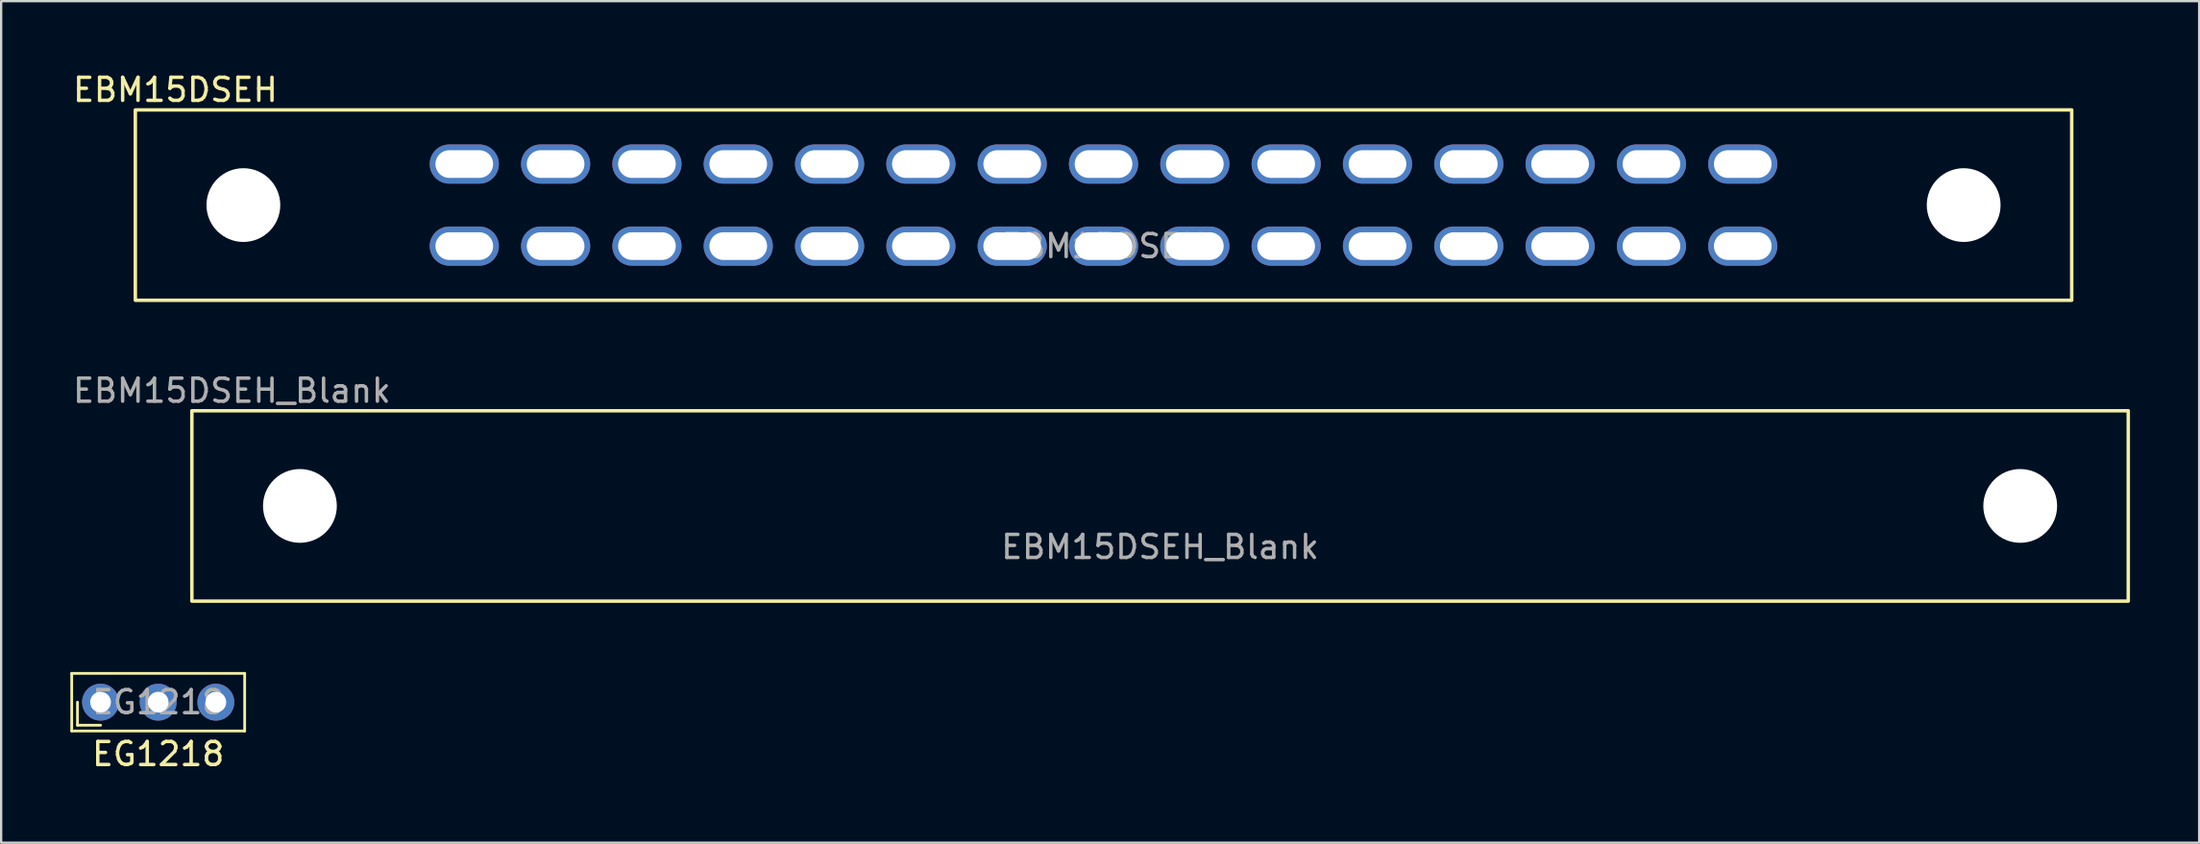
<source format=kicad_pcb>
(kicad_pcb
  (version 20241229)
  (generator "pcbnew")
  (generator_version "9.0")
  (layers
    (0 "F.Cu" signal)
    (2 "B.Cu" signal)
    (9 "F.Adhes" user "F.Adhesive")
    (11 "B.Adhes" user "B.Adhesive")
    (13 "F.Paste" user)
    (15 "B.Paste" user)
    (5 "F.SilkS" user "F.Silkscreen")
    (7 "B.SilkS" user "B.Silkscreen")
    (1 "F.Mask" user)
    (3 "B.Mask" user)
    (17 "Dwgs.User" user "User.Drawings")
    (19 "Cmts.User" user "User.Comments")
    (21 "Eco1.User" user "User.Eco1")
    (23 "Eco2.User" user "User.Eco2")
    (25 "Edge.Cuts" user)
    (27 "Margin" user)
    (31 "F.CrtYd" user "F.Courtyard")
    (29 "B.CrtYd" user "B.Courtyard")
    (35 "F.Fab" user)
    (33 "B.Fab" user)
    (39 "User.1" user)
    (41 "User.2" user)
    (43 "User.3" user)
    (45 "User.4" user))
  (footprint "EBM15DSEH"
    (layer "F.Cu")
    (at 44.804 5.848)
    (property "Reference" "EBM15DSEH" (at -40.25 -5 0) (unlocked yes) (layer "F.SilkS") (effects (font (size 1 1) (thickness 0.15))))
    (attr through_hole)
    (fp_rect (start -41.985 -4.13) (end 41.985 4.13) (stroke (width 0.15) (type solid)) (fill no) (layer "F.SilkS"))
    (fp_text user "${REFERENCE}" (at 0 1.78 0) (unlocked yes) (layer "F.Fab") (effects (font (size 1 1) (thickness 0.15))))
    (pad "" np_thru_hole circle (at -37.3 0) (size 3.2 3.2) (drill 3.2) (layers "*.Cu" "*.Mask"))
    (pad "" np_thru_hole circle (at 37.3 0) (size 3.2 3.2) (drill 3.2) (layers "*.Cu" "*.Mask"))
    (pad "1" thru_hole oval (at -27.72 1.78) (size 3 1.7) (drill oval 2.5 1.2) (layers "*.Cu" "*.Mask"))
    (pad "2" thru_hole oval (at -27.72 -1.78) (size 3 1.7) (drill oval 2.5 1.2) (layers "*.Cu" "*.Mask"))
    (pad "3" thru_hole oval (at -23.76 1.78) (size 3 1.7) (drill oval 2.5 1.2) (layers "*.Cu" "*.Mask"))
    (pad "4" thru_hole oval (at -23.76 -1.78) (size 3 1.7) (drill oval 2.5 1.2) (layers "*.Cu" "*.Mask"))
    (pad "5" thru_hole oval (at -19.8 1.78) (size 3 1.7) (drill oval 2.5 1.2) (layers "*.Cu" "*.Mask"))
    (pad "6" thru_hole oval (at -19.8 -1.78) (size 3 1.7) (drill oval 2.5 1.2) (layers "*.Cu" "*.Mask"))
    (pad "7" thru_hole oval (at -15.84 1.78) (size 3 1.7) (drill oval 2.5 1.2) (layers "*.Cu" "*.Mask"))
    (pad "8" thru_hole oval (at -15.84 -1.78) (size 3 1.7) (drill oval 2.5 1.2) (layers "*.Cu" "*.Mask"))
    (pad "9" thru_hole oval (at -11.88 1.78) (size 3 1.7) (drill oval 2.5 1.2) (layers "*.Cu" "*.Mask"))
    (pad "10" thru_hole oval (at -11.88 -1.78) (size 3 1.7) (drill oval 2.5 1.2) (layers "*.Cu" "*.Mask"))
    (pad "11" thru_hole oval (at -7.92 1.78) (size 3 1.7) (drill oval 2.5 1.2) (layers "*.Cu" "*.Mask"))
    (pad "12" thru_hole oval (at -7.92 -1.78) (size 3 1.7) (drill oval 2.5 1.2) (layers "*.Cu" "*.Mask"))
    (pad "13" thru_hole oval (at -3.96 1.78) (size 3 1.7) (drill oval 2.5 1.2) (layers "*.Cu" "*.Mask"))
    (pad "14" thru_hole oval (at -3.96 -1.78) (size 3 1.7) (drill oval 2.5 1.2) (layers "*.Cu" "*.Mask"))
    (pad "15" thru_hole oval (at 0 1.78) (size 3 1.7) (drill oval 2.5 1.2) (layers "*.Cu" "*.Mask"))
    (pad "16" thru_hole oval (at 0 -1.78) (size 3 1.7) (drill oval 2.5 1.2) (layers "*.Cu" "*.Mask"))
    (pad "17" thru_hole oval (at 3.96 1.78) (size 3 1.7) (drill oval 2.5 1.2) (layers "*.Cu" "*.Mask"))
    (pad "18" thru_hole oval (at 3.96 -1.78) (size 3 1.7) (drill oval 2.5 1.2) (layers "*.Cu" "*.Mask"))
    (pad "19" thru_hole oval (at 7.92 1.78) (size 3 1.7) (drill oval 2.5 1.2) (layers "*.Cu" "*.Mask"))
    (pad "20" thru_hole oval (at 7.92 -1.78) (size 3 1.7) (drill oval 2.5 1.2) (layers "*.Cu" "*.Mask"))
    (pad "21" thru_hole oval (at 11.88 1.78) (size 3 1.7) (drill oval 2.5 1.2) (layers "*.Cu" "*.Mask"))
    (pad "22" thru_hole oval (at 11.88 -1.78) (size 3 1.7) (drill oval 2.5 1.2) (layers "*.Cu" "*.Mask"))
    (pad "23" thru_hole oval (at 15.84 1.78) (size 3 1.7) (drill oval 2.5 1.2) (layers "*.Cu" "*.Mask"))
    (pad "24" thru_hole oval (at 15.84 -1.78) (size 3 1.7) (drill oval 2.5 1.2) (layers "*.Cu" "*.Mask"))
    (pad "25" thru_hole oval (at 19.8 1.78) (size 3 1.7) (drill oval 2.5 1.2) (layers "*.Cu" "*.Mask"))
    (pad "26" thru_hole oval (at 19.8 -1.78) (size 3 1.7) (drill oval 2.5 1.2) (layers "*.Cu" "*.Mask"))
    (pad "27" thru_hole oval (at 23.76 1.78) (size 3 1.7) (drill oval 2.5 1.2) (layers "*.Cu" "*.Mask"))
    (pad "28" thru_hole oval (at 23.76 -1.78) (size 3 1.7) (drill oval 2.5 1.2) (layers "*.Cu" "*.Mask"))
    (pad "29" thru_hole oval (at 27.72 1.78) (size 3 1.7) (drill oval 2.5 1.2) (layers "*.Cu" "*.Mask"))
    (pad "30" thru_hole oval (at 27.72 -1.78) (size 3 1.7) (drill oval 2.5 1.2) (layers "*.Cu" "*.Mask")))
  (footprint "EBM15DSEH_Blank"
    (layer "F.Cu")
    (at 47.256 18.901)
    (property "Reference" "EBM15DSEH_Blank" (at -40.25 -5 0) (unlocked yes) (layer "F.Fab") (effects (font (size 1 1) (thickness 0.15))))
    (attr through_hole)
    (fp_rect (start -41.985 -4.13) (end 41.985 4.13) (stroke (width 0.15) (type solid)) (fill no) (layer "F.SilkS"))
    (fp_text user "${REFERENCE}" (at 0 1.78 0) (unlocked yes) (layer "F.Fab") (effects (font (size 1 1) (thickness 0.15))))
    (pad "" np_thru_hole circle (at -37.3 0) (size 3.2 3.2) (drill 3.2) (layers "*.Cu" "*.Mask"))
    (pad "" np_thru_hole circle (at 37.3 0) (size 3.2 3.2) (drill 3.2) (layers "*.Cu" "*.Mask")))
  (footprint "EG1218"
    (layer "F.Cu")
    (at 3.81 27.416)
    (property "Reference" "EG1218" (at 0 0 0) (unlocked yes) (layer "F.Fab") (effects (font (size 1 1) (thickness 0.15))))
    (attr through_hole)
    (fp_line (start -3.75 -1.25) (end -3.75 1.25) (stroke (width 0.12) (type solid)) (layer "F.SilkS"))
    (fp_line (start -3.75 1.25) (end 3.75 1.25) (stroke (width 0.12) (type solid)) (layer "F.SilkS"))
    (fp_line (start -3.5 0) (end -3.5 1) (stroke (width 0.12) (type solid)) (layer "F.SilkS"))
    (fp_line (start -3.5 1) (end -2.5 1) (stroke (width 0.12) (type solid)) (layer "F.SilkS"))
    (fp_line (start 3.75 -1.25) (end -3.75 -1.25) (stroke (width 0.12) (type solid)) (layer "F.SilkS"))
    (fp_line (start 3.75 1.25) (end 3.75 -1.25) (stroke (width 0.12) (type solid)) (layer "F.SilkS"))
    (fp_text user "${REFERENCE}" (at 0 2.25 0) (unlocked yes) (layer "F.SilkS") (effects (font (size 1 1) (thickness 0.15))))
    (pad "1" thru_hole circle (at -2.5 0) (size 1.6 1.6) (drill 0.9) (layers "*.Cu" "*.Mask"))
    (pad "2" thru_hole circle (at 0 0) (size 1.6 1.6) (drill 0.9) (layers "*.Cu" "*.Mask"))
    (pad "3" thru_hole circle (at 2.5 0) (size 1.6 1.6) (drill 0.9) (layers "*.Cu" "*.Mask")))
  (gr_rect
    (start -3 -3)
    (end 92.316 33.515)
    (stroke (width 0.1) (type default))
    (fill no)
    (layer "Edge.Cuts")))
</source>
